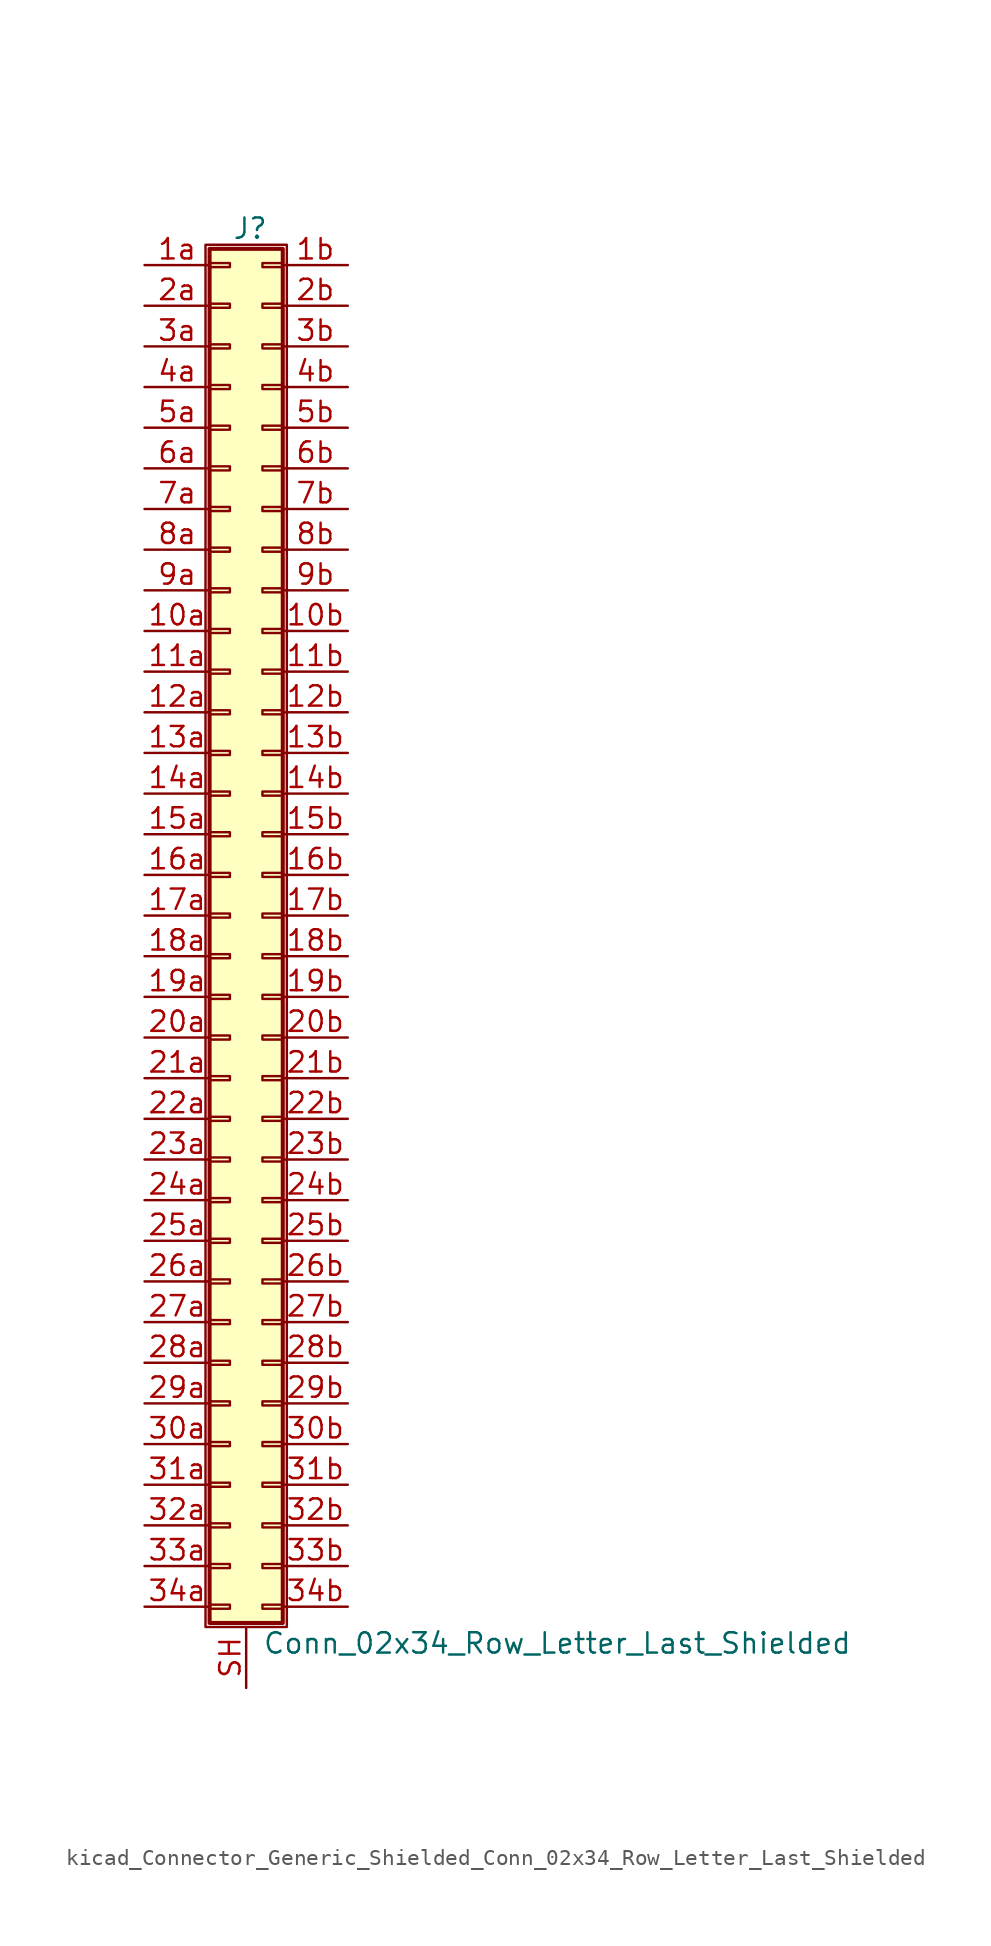
<source format=kicad_sym>
(kicad_symbol_lib
  (version 20220914)
  (generator kicad_symbol_editor)
  (symbol "kicad_Connector_Generic_Shielded_Conn_02x34_Row_Letter_Last_Shielded"
    (pin_names
      (offset 1.016) hide)
    (property "Reference" "J"
      (at 1.524 42.926 0)
      (effects (font (size 1.27 1.27))))
    (property "Value" "Conn_02x34_Row_Letter_Last_Shielded"
      (at 2.286 -45.466 0)
      (effects (font (size 1.27 1.27)) (justify left)))
    (symbol "kicad_Connector_Generic_Shielded_Conn_02x34_Row_Letter_Last_Shielded_1_1"
      (rectangle (start -1.27 41.91) (end 3.81 -44.45) (stroke (width 0.152) (type default)) (fill (type none)))
      (rectangle (start -1.016 -43.053) (end 0.254 -43.307) (stroke (width 0.152) (type default)) (fill (type none)))
      (rectangle (start -1.016 -40.513) (end 0.254 -40.767) (stroke (width 0.152) (type default)) (fill (type none)))
      (rectangle (start -1.016 -37.973) (end 0.254 -38.227) (stroke (width 0.152) (type default)) (fill (type none)))
      (rectangle (start -1.016 -35.433) (end 0.254 -35.687) (stroke (width 0.152) (type default)) (fill (type none)))
      (rectangle (start -1.016 -32.893) (end 0.254 -33.147) (stroke (width 0.152) (type default)) (fill (type none)))
      (rectangle (start -1.016 -30.353) (end 0.254 -30.607) (stroke (width 0.152) (type default)) (fill (type none)))
      (rectangle (start -1.016 -27.813) (end 0.254 -28.067) (stroke (width 0.152) (type default)) (fill (type none)))
      (rectangle (start -1.016 -25.273) (end 0.254 -25.527) (stroke (width 0.152) (type default)) (fill (type none)))
      (rectangle (start -1.016 -22.733) (end 0.254 -22.987) (stroke (width 0.152) (type default)) (fill (type none)))
      (rectangle (start -1.016 -20.193) (end 0.254 -20.447) (stroke (width 0.152) (type default)) (fill (type none)))
      (rectangle (start -1.016 -17.653) (end 0.254 -17.907) (stroke (width 0.152) (type default)) (fill (type none)))
      (rectangle (start -1.016 -15.113) (end 0.254 -15.367) (stroke (width 0.152) (type default)) (fill (type none)))
      (rectangle (start -1.016 -12.573) (end 0.254 -12.827) (stroke (width 0.152) (type default)) (fill (type none)))
      (rectangle (start -1.016 -10.033) (end 0.254 -10.287) (stroke (width 0.152) (type default)) (fill (type none)))
      (rectangle (start -1.016 -7.493) (end 0.254 -7.747) (stroke (width 0.152) (type default)) (fill (type none)))
      (rectangle (start -1.016 -4.953) (end 0.254 -5.207) (stroke (width 0.152) (type default)) (fill (type none)))
      (rectangle (start -1.016 -2.413) (end 0.254 -2.667) (stroke (width 0.152) (type default)) (fill (type none)))
      (rectangle (start -1.016 0.127) (end 0.254 -0.127) (stroke (width 0.152) (type default)) (fill (type none)))
      (rectangle (start -1.016 2.667) (end 0.254 2.413) (stroke (width 0.152) (type default)) (fill (type none)))
      (rectangle (start -1.016 5.207) (end 0.254 4.953) (stroke (width 0.152) (type default)) (fill (type none)))
      (rectangle (start -1.016 7.747) (end 0.254 7.493) (stroke (width 0.152) (type default)) (fill (type none)))
      (rectangle (start -1.016 10.287) (end 0.254 10.033) (stroke (width 0.152) (type default)) (fill (type none)))
      (rectangle (start -1.016 12.827) (end 0.254 12.573) (stroke (width 0.152) (type default)) (fill (type none)))
      (rectangle (start -1.016 15.367) (end 0.254 15.113) (stroke (width 0.152) (type default)) (fill (type none)))
      (rectangle (start -1.016 17.907) (end 0.254 17.653) (stroke (width 0.152) (type default)) (fill (type none)))
      (rectangle (start -1.016 20.447) (end 0.254 20.193) (stroke (width 0.152) (type default)) (fill (type none)))
      (rectangle (start -1.016 22.987) (end 0.254 22.733) (stroke (width 0.152) (type default)) (fill (type none)))
      (rectangle (start -1.016 25.527) (end 0.254 25.273) (stroke (width 0.152) (type default)) (fill (type none)))
      (rectangle (start -1.016 28.067) (end 0.254 27.813) (stroke (width 0.152) (type default)) (fill (type none)))
      (rectangle (start -1.016 30.607) (end 0.254 30.353) (stroke (width 0.152) (type default)) (fill (type none)))
      (rectangle (start -1.016 33.147) (end 0.254 32.893) (stroke (width 0.152) (type default)) (fill (type none)))
      (rectangle (start -1.016 35.687) (end 0.254 35.433) (stroke (width 0.152) (type default)) (fill (type none)))
      (rectangle (start -1.016 38.227) (end 0.254 37.973) (stroke (width 0.152) (type default)) (fill (type none)))
      (rectangle (start -1.016 40.767) (end 0.254 40.513) (stroke (width 0.152) (type default)) (fill (type none)))
      (rectangle (start -1.016 41.656) (end 3.556 -44.196) (stroke (width 0.254) (type default)) (fill (type background)))
      (rectangle (start 3.556 -43.053) (end 2.286 -43.307) (stroke (width 0.152) (type default)) (fill (type none)))
      (rectangle (start 3.556 -40.513) (end 2.286 -40.767) (stroke (width 0.152) (type default)) (fill (type none)))
      (rectangle (start 3.556 -37.973) (end 2.286 -38.227) (stroke (width 0.152) (type default)) (fill (type none)))
      (rectangle (start 3.556 -35.433) (end 2.286 -35.687) (stroke (width 0.152) (type default)) (fill (type none)))
      (rectangle (start 3.556 -32.893) (end 2.286 -33.147) (stroke (width 0.152) (type default)) (fill (type none)))
      (rectangle (start 3.556 -30.353) (end 2.286 -30.607) (stroke (width 0.152) (type default)) (fill (type none)))
      (rectangle (start 3.556 -27.813) (end 2.286 -28.067) (stroke (width 0.152) (type default)) (fill (type none)))
      (rectangle (start 3.556 -25.273) (end 2.286 -25.527) (stroke (width 0.152) (type default)) (fill (type none)))
      (rectangle (start 3.556 -22.733) (end 2.286 -22.987) (stroke (width 0.152) (type default)) (fill (type none)))
      (rectangle (start 3.556 -20.193) (end 2.286 -20.447) (stroke (width 0.152) (type default)) (fill (type none)))
      (rectangle (start 3.556 -17.653) (end 2.286 -17.907) (stroke (width 0.152) (type default)) (fill (type none)))
      (rectangle (start 3.556 -15.113) (end 2.286 -15.367) (stroke (width 0.152) (type default)) (fill (type none)))
      (rectangle (start 3.556 -12.573) (end 2.286 -12.827) (stroke (width 0.152) (type default)) (fill (type none)))
      (rectangle (start 3.556 -10.033) (end 2.286 -10.287) (stroke (width 0.152) (type default)) (fill (type none)))
      (rectangle (start 3.556 -7.493) (end 2.286 -7.747) (stroke (width 0.152) (type default)) (fill (type none)))
      (rectangle (start 3.556 -4.953) (end 2.286 -5.207) (stroke (width 0.152) (type default)) (fill (type none)))
      (rectangle (start 3.556 -2.413) (end 2.286 -2.667) (stroke (width 0.152) (type default)) (fill (type none)))
      (rectangle (start 3.556 0.127) (end 2.286 -0.127) (stroke (width 0.152) (type default)) (fill (type none)))
      (rectangle (start 3.556 2.667) (end 2.286 2.413) (stroke (width 0.152) (type default)) (fill (type none)))
      (rectangle (start 3.556 5.207) (end 2.286 4.953) (stroke (width 0.152) (type default)) (fill (type none)))
      (rectangle (start 3.556 7.747) (end 2.286 7.493) (stroke (width 0.152) (type default)) (fill (type none)))
      (rectangle (start 3.556 10.287) (end 2.286 10.033) (stroke (width 0.152) (type default)) (fill (type none)))
      (rectangle (start 3.556 12.827) (end 2.286 12.573) (stroke (width 0.152) (type default)) (fill (type none)))
      (rectangle (start 3.556 15.367) (end 2.286 15.113) (stroke (width 0.152) (type default)) (fill (type none)))
      (rectangle (start 3.556 17.907) (end 2.286 17.653) (stroke (width 0.152) (type default)) (fill (type none)))
      (rectangle (start 3.556 20.447) (end 2.286 20.193) (stroke (width 0.152) (type default)) (fill (type none)))
      (rectangle (start 3.556 22.987) (end 2.286 22.733) (stroke (width 0.152) (type default)) (fill (type none)))
      (rectangle (start 3.556 25.527) (end 2.286 25.273) (stroke (width 0.152) (type default)) (fill (type none)))
      (rectangle (start 3.556 28.067) (end 2.286 27.813) (stroke (width 0.152) (type default)) (fill (type none)))
      (rectangle (start 3.556 30.607) (end 2.286 30.353) (stroke (width 0.152) (type default)) (fill (type none)))
      (rectangle (start 3.556 33.147) (end 2.286 32.893) (stroke (width 0.152) (type default)) (fill (type none)))
      (rectangle (start 3.556 35.687) (end 2.286 35.433) (stroke (width 0.152) (type default)) (fill (type none)))
      (rectangle (start 3.556 38.227) (end 2.286 37.973) (stroke (width 0.152) (type default)) (fill (type none)))
      (rectangle (start 3.556 40.767) (end 2.286 40.513) (stroke (width 0.152) (type default)) (fill (type none)))
      (pin passive line (at -5.08 17.78 0) (length 4.064) (name "Pin_10a" (effects (font (size 1.27 1.27)))) (number "10a" (effects (font (size 1.27 1.27)))))
      (pin passive line (at 7.62 17.78 180) (length 4.064) (name "Pin_10b" (effects (font (size 1.27 1.27)))) (number "10b" (effects (font (size 1.27 1.27)))))
      (pin passive line (at -5.08 15.24 0) (length 4.064) (name "Pin_11a" (effects (font (size 1.27 1.27)))) (number "11a" (effects (font (size 1.27 1.27)))))
      (pin passive line (at 7.62 15.24 180) (length 4.064) (name "Pin_11b" (effects (font (size 1.27 1.27)))) (number "11b" (effects (font (size 1.27 1.27)))))
      (pin passive line (at -5.08 12.7 0) (length 4.064) (name "Pin_12a" (effects (font (size 1.27 1.27)))) (number "12a" (effects (font (size 1.27 1.27)))))
      (pin passive line (at 7.62 12.7 180) (length 4.064) (name "Pin_12b" (effects (font (size 1.27 1.27)))) (number "12b" (effects (font (size 1.27 1.27)))))
      (pin passive line (at -5.08 10.16 0) (length 4.064) (name "Pin_13a" (effects (font (size 1.27 1.27)))) (number "13a" (effects (font (size 1.27 1.27)))))
      (pin passive line (at 7.62 10.16 180) (length 4.064) (name "Pin_13b" (effects (font (size 1.27 1.27)))) (number "13b" (effects (font (size 1.27 1.27)))))
      (pin passive line (at -5.08 7.62 0) (length 4.064) (name "Pin_14a" (effects (font (size 1.27 1.27)))) (number "14a" (effects (font (size 1.27 1.27)))))
      (pin passive line (at 7.62 7.62 180) (length 4.064) (name "Pin_14b" (effects (font (size 1.27 1.27)))) (number "14b" (effects (font (size 1.27 1.27)))))
      (pin passive line (at -5.08 5.08 0) (length 4.064) (name "Pin_15a" (effects (font (size 1.27 1.27)))) (number "15a" (effects (font (size 1.27 1.27)))))
      (pin passive line (at 7.62 5.08 180) (length 4.064) (name "Pin_15b" (effects (font (size 1.27 1.27)))) (number "15b" (effects (font (size 1.27 1.27)))))
      (pin passive line (at -5.08 2.54 0) (length 4.064) (name "Pin_16a" (effects (font (size 1.27 1.27)))) (number "16a" (effects (font (size 1.27 1.27)))))
      (pin passive line (at 7.62 2.54 180) (length 4.064) (name "Pin_16b" (effects (font (size 1.27 1.27)))) (number "16b" (effects (font (size 1.27 1.27)))))
      (pin passive line (at -5.08 0 0) (length 4.064) (name "Pin_17a" (effects (font (size 1.27 1.27)))) (number "17a" (effects (font (size 1.27 1.27)))))
      (pin passive line (at 7.62 0 180) (length 4.064) (name "Pin_17b" (effects (font (size 1.27 1.27)))) (number "17b" (effects (font (size 1.27 1.27)))))
      (pin passive line (at -5.08 -2.54 0) (length 4.064) (name "Pin_18a" (effects (font (size 1.27 1.27)))) (number "18a" (effects (font (size 1.27 1.27)))))
      (pin passive line (at 7.62 -2.54 180) (length 4.064) (name "Pin_18b" (effects (font (size 1.27 1.27)))) (number "18b" (effects (font (size 1.27 1.27)))))
      (pin passive line (at -5.08 -5.08 0) (length 4.064) (name "Pin_19a" (effects (font (size 1.27 1.27)))) (number "19a" (effects (font (size 1.27 1.27)))))
      (pin passive line (at 7.62 -5.08 180) (length 4.064) (name "Pin_19b" (effects (font (size 1.27 1.27)))) (number "19b" (effects (font (size 1.27 1.27)))))
      (pin passive line (at -5.08 40.64 0) (length 4.064) (name "Pin_1a" (effects (font (size 1.27 1.27)))) (number "1a" (effects (font (size 1.27 1.27)))))
      (pin passive line (at 7.62 40.64 180) (length 4.064) (name "Pin_1b" (effects (font (size 1.27 1.27)))) (number "1b" (effects (font (size 1.27 1.27)))))
      (pin passive line (at -5.08 -7.62 0) (length 4.064) (name "Pin_20a" (effects (font (size 1.27 1.27)))) (number "20a" (effects (font (size 1.27 1.27)))))
      (pin passive line (at 7.62 -7.62 180) (length 4.064) (name "Pin_20b" (effects (font (size 1.27 1.27)))) (number "20b" (effects (font (size 1.27 1.27)))))
      (pin passive line (at -5.08 -10.16 0) (length 4.064) (name "Pin_21a" (effects (font (size 1.27 1.27)))) (number "21a" (effects (font (size 1.27 1.27)))))
      (pin passive line (at 7.62 -10.16 180) (length 4.064) (name "Pin_21b" (effects (font (size 1.27 1.27)))) (number "21b" (effects (font (size 1.27 1.27)))))
      (pin passive line (at -5.08 -12.7 0) (length 4.064) (name "Pin_22a" (effects (font (size 1.27 1.27)))) (number "22a" (effects (font (size 1.27 1.27)))))
      (pin passive line (at 7.62 -12.7 180) (length 4.064) (name "Pin_22b" (effects (font (size 1.27 1.27)))) (number "22b" (effects (font (size 1.27 1.27)))))
      (pin passive line (at -5.08 -15.24 0) (length 4.064) (name "Pin_23a" (effects (font (size 1.27 1.27)))) (number "23a" (effects (font (size 1.27 1.27)))))
      (pin passive line (at 7.62 -15.24 180) (length 4.064) (name "Pin_23b" (effects (font (size 1.27 1.27)))) (number "23b" (effects (font (size 1.27 1.27)))))
      (pin passive line (at -5.08 -17.78 0) (length 4.064) (name "Pin_24a" (effects (font (size 1.27 1.27)))) (number "24a" (effects (font (size 1.27 1.27)))))
      (pin passive line (at 7.62 -17.78 180) (length 4.064) (name "Pin_24b" (effects (font (size 1.27 1.27)))) (number "24b" (effects (font (size 1.27 1.27)))))
      (pin passive line (at -5.08 -20.32 0) (length 4.064) (name "Pin_25a" (effects (font (size 1.27 1.27)))) (number "25a" (effects (font (size 1.27 1.27)))))
      (pin passive line (at 7.62 -20.32 180) (length 4.064) (name "Pin_25b" (effects (font (size 1.27 1.27)))) (number "25b" (effects (font (size 1.27 1.27)))))
      (pin passive line (at -5.08 -22.86 0) (length 4.064) (name "Pin_26a" (effects (font (size 1.27 1.27)))) (number "26a" (effects (font (size 1.27 1.27)))))
      (pin passive line (at 7.62 -22.86 180) (length 4.064) (name "Pin_26b" (effects (font (size 1.27 1.27)))) (number "26b" (effects (font (size 1.27 1.27)))))
      (pin passive line (at -5.08 -25.4 0) (length 4.064) (name "Pin_27a" (effects (font (size 1.27 1.27)))) (number "27a" (effects (font (size 1.27 1.27)))))
      (pin passive line (at 7.62 -25.4 180) (length 4.064) (name "Pin_27b" (effects (font (size 1.27 1.27)))) (number "27b" (effects (font (size 1.27 1.27)))))
      (pin passive line (at -5.08 -27.94 0) (length 4.064) (name "Pin_28a" (effects (font (size 1.27 1.27)))) (number "28a" (effects (font (size 1.27 1.27)))))
      (pin passive line (at 7.62 -27.94 180) (length 4.064) (name "Pin_28b" (effects (font (size 1.27 1.27)))) (number "28b" (effects (font (size 1.27 1.27)))))
      (pin passive line (at -5.08 -30.48 0) (length 4.064) (name "Pin_29a" (effects (font (size 1.27 1.27)))) (number "29a" (effects (font (size 1.27 1.27)))))
      (pin passive line (at 7.62 -30.48 180) (length 4.064) (name "Pin_29b" (effects (font (size 1.27 1.27)))) (number "29b" (effects (font (size 1.27 1.27)))))
      (pin passive line (at -5.08 38.1 0) (length 4.064) (name "Pin_2a" (effects (font (size 1.27 1.27)))) (number "2a" (effects (font (size 1.27 1.27)))))
      (pin passive line (at 7.62 38.1 180) (length 4.064) (name "Pin_2b" (effects (font (size 1.27 1.27)))) (number "2b" (effects (font (size 1.27 1.27)))))
      (pin passive line (at -5.08 -33.02 0) (length 4.064) (name "Pin_30a" (effects (font (size 1.27 1.27)))) (number "30a" (effects (font (size 1.27 1.27)))))
      (pin passive line (at 7.62 -33.02 180) (length 4.064) (name "Pin_30b" (effects (font (size 1.27 1.27)))) (number "30b" (effects (font (size 1.27 1.27)))))
      (pin passive line (at -5.08 -35.56 0) (length 4.064) (name "Pin_31a" (effects (font (size 1.27 1.27)))) (number "31a" (effects (font (size 1.27 1.27)))))
      (pin passive line (at 7.62 -35.56 180) (length 4.064) (name "Pin_31b" (effects (font (size 1.27 1.27)))) (number "31b" (effects (font (size 1.27 1.27)))))
      (pin passive line (at -5.08 -38.1 0) (length 4.064) (name "Pin_32a" (effects (font (size 1.27 1.27)))) (number "32a" (effects (font (size 1.27 1.27)))))
      (pin passive line (at 7.62 -38.1 180) (length 4.064) (name "Pin_32b" (effects (font (size 1.27 1.27)))) (number "32b" (effects (font (size 1.27 1.27)))))
      (pin passive line (at -5.08 -40.64 0) (length 4.064) (name "Pin_33a" (effects (font (size 1.27 1.27)))) (number "33a" (effects (font (size 1.27 1.27)))))
      (pin passive line (at 7.62 -40.64 180) (length 4.064) (name "Pin_33b" (effects (font (size 1.27 1.27)))) (number "33b" (effects (font (size 1.27 1.27)))))
      (pin passive line (at -5.08 -43.18 0) (length 4.064) (name "Pin_34a" (effects (font (size 1.27 1.27)))) (number "34a" (effects (font (size 1.27 1.27)))))
      (pin passive line (at 7.62 -43.18 180) (length 4.064) (name "Pin_34b" (effects (font (size 1.27 1.27)))) (number "34b" (effects (font (size 1.27 1.27)))))
      (pin passive line (at -5.08 35.56 0) (length 4.064) (name "Pin_3a" (effects (font (size 1.27 1.27)))) (number "3a" (effects (font (size 1.27 1.27)))))
      (pin passive line (at 7.62 35.56 180) (length 4.064) (name "Pin_3b" (effects (font (size 1.27 1.27)))) (number "3b" (effects (font (size 1.27 1.27)))))
      (pin passive line (at -5.08 33.02 0) (length 4.064) (name "Pin_4a" (effects (font (size 1.27 1.27)))) (number "4a" (effects (font (size 1.27 1.27)))))
      (pin passive line (at 7.62 33.02 180) (length 4.064) (name "Pin_4b" (effects (font (size 1.27 1.27)))) (number "4b" (effects (font (size 1.27 1.27)))))
      (pin passive line (at -5.08 30.48 0) (length 4.064) (name "Pin_5a" (effects (font (size 1.27 1.27)))) (number "5a" (effects (font (size 1.27 1.27)))))
      (pin passive line (at 7.62 30.48 180) (length 4.064) (name "Pin_5b" (effects (font (size 1.27 1.27)))) (number "5b" (effects (font (size 1.27 1.27)))))
      (pin passive line (at -5.08 27.94 0) (length 4.064) (name "Pin_6a" (effects (font (size 1.27 1.27)))) (number "6a" (effects (font (size 1.27 1.27)))))
      (pin passive line (at 7.62 27.94 180) (length 4.064) (name "Pin_6b" (effects (font (size 1.27 1.27)))) (number "6b" (effects (font (size 1.27 1.27)))))
      (pin passive line (at -5.08 25.4 0) (length 4.064) (name "Pin_7a" (effects (font (size 1.27 1.27)))) (number "7a" (effects (font (size 1.27 1.27)))))
      (pin passive line (at 7.62 25.4 180) (length 4.064) (name "Pin_7b" (effects (font (size 1.27 1.27)))) (number "7b" (effects (font (size 1.27 1.27)))))
      (pin passive line (at -5.08 22.86 0) (length 4.064) (name "Pin_8a" (effects (font (size 1.27 1.27)))) (number "8a" (effects (font (size 1.27 1.27)))))
      (pin passive line (at 7.62 22.86 180) (length 4.064) (name "Pin_8b" (effects (font (size 1.27 1.27)))) (number "8b" (effects (font (size 1.27 1.27)))))
      (pin passive line (at -5.08 20.32 0) (length 4.064) (name "Pin_9a" (effects (font (size 1.27 1.27)))) (number "9a" (effects (font (size 1.27 1.27)))))
      (pin passive line (at 7.62 20.32 180) (length 4.064) (name "Pin_9b" (effects (font (size 1.27 1.27)))) (number "9b" (effects (font (size 1.27 1.27)))))
      (pin passive line (at 1.27 -48.26 90) (length 3.81) (name "Shield" (effects (font (size 1.27 1.27)))) (number "SH" (effects (font (size 1.27 1.27))))))))
</source>
